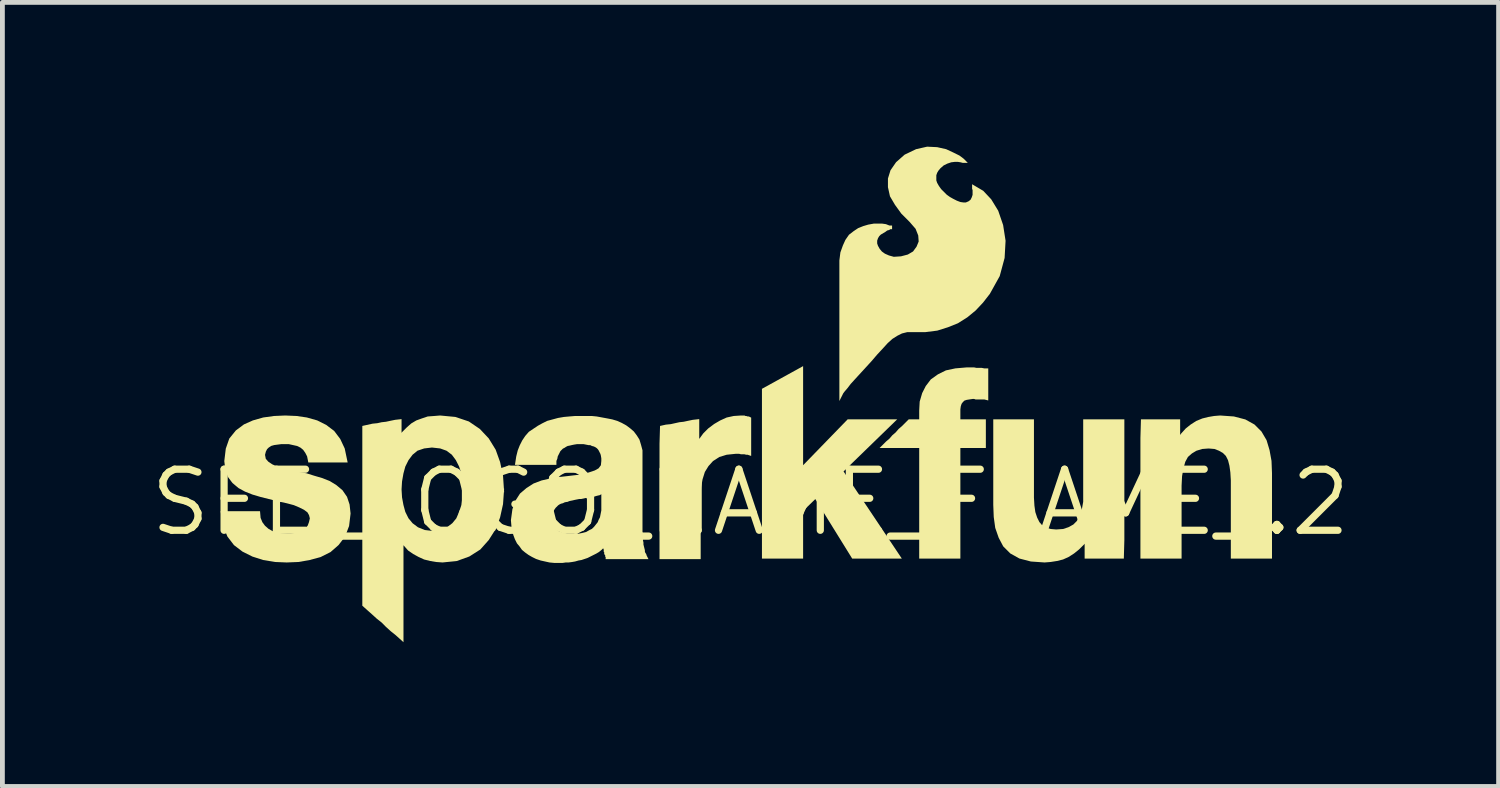
<source format=kicad_pcb>
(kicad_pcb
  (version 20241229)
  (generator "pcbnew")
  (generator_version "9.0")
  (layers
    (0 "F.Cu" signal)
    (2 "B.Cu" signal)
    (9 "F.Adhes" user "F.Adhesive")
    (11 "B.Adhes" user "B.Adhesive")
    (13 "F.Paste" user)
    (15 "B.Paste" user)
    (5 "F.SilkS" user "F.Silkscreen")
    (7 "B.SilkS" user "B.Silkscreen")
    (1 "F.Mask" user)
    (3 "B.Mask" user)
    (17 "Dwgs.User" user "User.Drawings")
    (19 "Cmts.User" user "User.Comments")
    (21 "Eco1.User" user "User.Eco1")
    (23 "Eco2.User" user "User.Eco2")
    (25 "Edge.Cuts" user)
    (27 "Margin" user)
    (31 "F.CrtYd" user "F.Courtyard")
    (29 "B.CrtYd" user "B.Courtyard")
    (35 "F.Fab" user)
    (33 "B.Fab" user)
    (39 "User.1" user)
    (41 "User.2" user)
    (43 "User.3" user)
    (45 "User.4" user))
  (footprint "SFE_LOGO_NAME_FLAME_.2"
    (layer "F.Cu")
    (at 12.556 7.397)
    (property "Reference" "SFE_LOGO_NAME_FLAME_.2" (at 0 0 0) (layer "F.SilkS") (effects (font (size 1.27 1.27) (thickness 0.15))))
    (fp_poly (pts (xy -5.123 -0.286) (xy -5.146 0.037) (xy -5.207 0.312) (xy -5.313 0.593) (xy -6.071 0.231) (xy -6.011 0.053) (xy -5.992 -0.102) (xy -5.98 -0.308)) (stroke (width 0) (type solid)) (fill yes) (layer "F.SilkS"))
    (fp_poly (pts (xy 1.094 -0.773) (xy 2.02 -1.727) (xy 3.05 -1.727) (xy 1.935 -0.644) (xy 3.147 1.169) (xy 2.115 1.169) (xy 1.348 -0.069) (xy 1.094 0.177) (xy 1.094 1.169) (xy 0.238 1.169) (xy 0.238 -2.362) (xy 1.094 -2.834)) (stroke (width 0) (type solid)) (fill yes) (layer "F.SilkS"))
    (fp_poly (pts (xy -3.337 -0.091) (xy -3.429 -0.091) (xy -3.466 -0.082) (xy -3.52 -0.071) (xy -3.56 -0.071) (xy -3.656 -0.052) (xy -3.696 -0.042) (xy -3.746 -0.032) (xy -3.859 -0.004) (xy -4.035 -0.522) (xy -3.808 -0.547) (xy -3.639 -0.567) (xy -3.444 -0.591)) (stroke (width 0) (type solid)) (fill yes) (layer "F.SilkS"))
    (fp_poly (pts (xy -0.105 -1.797) (xy -0.088 -1.797) (xy -0.058 -1.787) (xy -0.035 -1.787) (xy 0.014 -1.763) (xy 0.014 -0.966) (xy -0.06 -0.991) (xy -0.089 -0.991) (xy -0.129 -1.001) (xy -0.199 -1.001) (xy -0.239 -1.011) (xy -0.302 -1.011) (xy -0.496 -0.991) (xy -0.648 -0.944) (xy -0.779 -0.86) (xy -0.873 -0.756) (xy -0.949 -0.633) (xy -0.997 -0.48) (xy -1.026 -0.315) (xy -1.036 -0.138) (xy -1.036 1.179) (xy -1.892 1.179) (xy -1.892 -1.22) (xy -1.881 -1.59) (xy -1.76 -1.617) (xy -1.66 -1.627) (xy -1.48 -1.667) (xy -1.39 -1.677) (xy -1.302 -1.696) (xy -1.2 -1.717) (xy -1.066 -1.732) (xy -1.066 -1.32) (xy -0.983 -1.434) (xy -0.879 -1.538) (xy -0.755 -1.631) (xy -0.632 -1.703) (xy -0.496 -1.765) (xy -0.349 -1.797) (xy -0.195 -1.807) (xy -0.125 -1.807)) (stroke (width 0) (type solid)) (fill yes) (layer "F.SilkS"))
    (fp_poly (pts (xy 5.894 -0.1) (xy 5.904 0.067) (xy 5.923 0.202) (xy 5.961 0.316) (xy 6.008 0.41) (xy 6.062 0.472) (xy 6.142 0.526) (xy 6.243 0.553) (xy 6.356 0.563) (xy 6.499 0.553) (xy 6.611 0.516) (xy 6.713 0.46) (xy 6.785 0.388) (xy 6.841 0.285) (xy 6.889 0.151) (xy 6.918 -0.012) (xy 6.918 -1.727) (xy 7.774 -1.727) (xy 7.774 0.782) (xy 7.763 1.169) (xy 6.948 1.169) (xy 6.948 0.858) (xy 6.935 0.876) (xy 6.831 0.979) (xy 6.728 1.062) (xy 6.614 1.135) (xy 6.499 1.187) (xy 6.374 1.218) (xy 6.24 1.239) (xy 6.116 1.249) (xy 5.83 1.229) (xy 5.592 1.167) (xy 5.403 1.062) (xy 5.255 0.914) (xy 5.161 0.736) (xy 5.089 0.53) (xy 5.058 0.304) (xy 5.048 0.052) (xy 5.048 -1.727) (xy 5.894 -1.727)) (stroke (width 0) (type solid)) (fill yes) (layer "F.SilkS"))
    (fp_poly (pts (xy 10.052 -1.787) (xy 10.29 -1.725) (xy 10.479 -1.62) (xy 10.626 -1.473) (xy 10.731 -1.294) (xy 10.793 -1.088) (xy 10.834 -0.863) (xy 10.844 -0.61) (xy 10.844 1.169) (xy 9.988 1.169) (xy 9.988 -0.458) (xy 9.978 -0.625) (xy 9.959 -0.762) (xy 9.93 -0.876) (xy 9.885 -0.966) (xy 9.823 -1.028) (xy 9.74 -1.075) (xy 9.647 -1.111) (xy 9.526 -1.121) (xy 9.393 -1.111) (xy 9.272 -1.074) (xy 9.179 -1.018) (xy 9.096 -0.945) (xy 9.041 -0.844) (xy 9.003 -0.71) (xy 8.974 -0.545) (xy 8.964 -0.348) (xy 8.964 1.169) (xy 8.108 1.169) (xy 8.108 -1.34) (xy 8.119 -1.727) (xy 8.934 -1.727) (xy 8.934 -1.402) (xy 8.956 -1.433) (xy 9.05 -1.537) (xy 9.154 -1.62) (xy 9.268 -1.693) (xy 9.394 -1.745) (xy 9.518 -1.776) (xy 9.641 -1.797) (xy 9.766 -1.807)) (stroke (width 0) (type solid)) (fill yes) (layer "F.SilkS"))
    (fp_poly (pts (xy 4.7 -2.797) (xy 4.81 -2.797) (xy 4.86 -2.787) (xy 4.944 -2.787) (xy 4.944 -2.12) (xy 4.861 -2.141) (xy 4.68 -2.141) (xy 4.65 -2.151) (xy 4.619 -2.151) (xy 4.552 -2.141) (xy 4.495 -2.132) (xy 4.447 -2.116) (xy 4.415 -2.084) (xy 4.39 -2.051) (xy 4.373 -2) (xy 4.364 -1.936) (xy 4.364 -1.727) (xy 4.894 -1.727) (xy 4.894 -1.131) (xy 4.364 -1.131) (xy 4.364 1.169) (xy 3.508 1.169) (xy 3.508 -1.131) (xy 2.684 -1.131) (xy 2.82 -1.267) (xy 2.889 -1.326) (xy 2.949 -1.396) (xy 3.019 -1.456) (xy 3.079 -1.526) (xy 3.15 -1.587) (xy 3.29 -1.727) (xy 3.508 -1.727) (xy 3.508 -1.91) (xy 3.518 -2.096) (xy 3.57 -2.273) (xy 3.644 -2.419) (xy 3.749 -2.557) (xy 3.896 -2.662) (xy 4.063 -2.745) (xy 4.26 -2.787) (xy 4.494 -2.807) (xy 4.65 -2.807)) (stroke (width 0) (type solid)) (fill yes) (layer "F.SilkS"))
    (fp_poly (pts (xy -6.136 -1.777) (xy -5.857 -1.683) (xy -5.629 -1.528) (xy -5.444 -1.332) (xy -5.299 -1.096) (xy -5.207 -0.839) (xy -5.146 -0.554) (xy -5.123 -0.21) (xy -5.98 -0.232) (xy -5.992 -0.436) (xy -6.011 -0.601) (xy -6.059 -0.744) (xy -6.127 -0.879) (xy -6.211 -0.992) (xy -6.322 -1.075) (xy -6.453 -1.122) (xy -6.624 -1.141) (xy -6.786 -1.122) (xy -6.925 -1.075) (xy -7.026 -0.992) (xy -7.111 -0.879) (xy -7.178 -0.745) (xy -7.217 -0.601) (xy -7.246 -0.435) (xy -7.256 -0.269) (xy -7.246 -0.104) (xy -7.217 0.053) (xy -7.178 0.197) (xy -7.112 0.33) (xy -7.027 0.433) (xy -6.915 0.517) (xy -6.775 0.574) (xy -6.614 0.593) (xy -6.444 0.574) (xy -6.313 0.518) (xy -6.201 0.433) (xy -6.117 0.331) (xy -6.043 0.159) (xy -5.279 0.525) (xy -5.444 0.784) (xy -5.619 0.98) (xy -5.847 1.125) (xy -6.105 1.218) (xy -6.403 1.249) (xy -6.539 1.239) (xy -6.662 1.218) (xy -6.787 1.187) (xy -6.901 1.135) (xy -7.014 1.073) (xy -7.12 1) (xy -7.203 0.906) (xy -7.216 0.89) (xy -7.216 2.907) (xy -7.379 2.76) (xy -7.479 2.68) (xy -7.58 2.589) (xy -7.669 2.499) (xy -7.769 2.42) (xy -7.869 2.329) (xy -7.959 2.249) (xy -8.072 2.148) (xy -8.072 -1.59) (xy -7.86 -1.637) (xy -7.76 -1.647) (xy -7.67 -1.667) (xy -7.58 -1.677) (xy -7.492 -1.696) (xy -7.39 -1.717) (xy -7.256 -1.732) (xy -7.256 -1.446) (xy -7.243 -1.464) (xy -7.15 -1.557) (xy -7.057 -1.64) (xy -6.95 -1.704) (xy -6.837 -1.745) (xy -6.712 -1.787) (xy -6.577 -1.797) (xy -6.454 -1.807)) (stroke (width 0) (type solid)) (fill yes) (layer "F.SilkS"))
    (fp_poly (pts (xy -9.44 -1.797) (xy -9.226 -1.766) (xy -9.01 -1.705) (xy -8.824 -1.612) (xy -8.657 -1.486) (xy -8.531 -1.319) (xy -8.438 -1.121) (xy -8.377 -0.831) (xy -9.195 -0.831) (xy -9.22 -0.957) (xy -9.257 -1.029) (xy -9.302 -1.093) (xy -9.355 -1.137) (xy -9.427 -1.173) (xy -9.598 -1.211) (xy -9.762 -1.211) (xy -9.839 -1.201) (xy -9.906 -1.192) (xy -9.968 -1.174) (xy -10.02 -1.139) (xy -10.053 -1.106) (xy -10.078 -1.056) (xy -10.095 -0.988) (xy -10.079 -0.906) (xy -10.028 -0.848) (xy -9.945 -0.792) (xy -9.84 -0.745) (xy -9.715 -0.706) (xy -9.566 -0.676) (xy -9.406 -0.636) (xy -9.235 -0.606) (xy -9.073 -0.555) (xy -8.902 -0.505) (xy -8.747 -0.443) (xy -8.612 -0.36) (xy -8.486 -0.255) (xy -8.39 -0.116) (xy -8.337 0.043) (xy -8.316 0.231) (xy -8.347 0.49) (xy -8.43 0.71) (xy -8.566 0.887) (xy -8.733 1.033) (xy -8.94 1.137) (xy -9.166 1.198) (xy -9.4 1.239) (xy -9.644 1.249) (xy -9.888 1.239) (xy -10.133 1.198) (xy -10.358 1.126) (xy -10.564 1.023) (xy -10.741 0.888) (xy -10.877 0.71) (xy -10.971 0.481) (xy -11.019 0.183) (xy -10.199 0.183) (xy -10.187 0.322) (xy -10.15 0.412) (xy -10.096 0.485) (xy -10.022 0.55) (xy -9.939 0.596) (xy -9.845 0.624) (xy -9.749 0.643) (xy -9.632 0.653) (xy -9.558 0.653) (xy -9.473 0.634) (xy -9.397 0.615) (xy -9.322 0.577) (xy -9.259 0.541) (xy -9.207 0.481) (xy -9.181 0.41) (xy -9.163 0.332) (xy -9.18 0.265) (xy -9.213 0.207) (xy -9.284 0.154) (xy -9.38 0.106) (xy -9.496 0.057) (xy -9.643 0.018) (xy -9.823 -0.022) (xy -10.184 -0.112) (xy -10.356 -0.163) (xy -10.51 -0.224) (xy -10.645 -0.297) (xy -10.772 -0.403) (xy -10.868 -0.531) (xy -10.921 -0.68) (xy -10.942 -0.859) (xy -10.911 -1.118) (xy -10.838 -1.328) (xy -10.701 -1.497) (xy -10.533 -1.622) (xy -10.347 -1.705) (xy -10.132 -1.766) (xy -9.907 -1.797) (xy -9.674 -1.807)) (stroke (width 0) (type solid)) (fill yes) (layer "F.SilkS"))
    (fp_poly (pts (xy 3.881 -7.387) (xy 4.068 -7.345) (xy 4.223 -7.273) (xy 4.346 -7.212) (xy 4.431 -7.148) (xy 4.518 -7.061) (xy 4.411 -7.061) (xy 4.368 -7.072) (xy 4.313 -7.081) (xy 4.248 -7.081) (xy 4.174 -7.072) (xy 4.091 -7.044) (xy 4.017 -7.007) (xy 3.953 -6.952) (xy 3.907 -6.897) (xy 3.881 -6.853) (xy 3.864 -6.803) (xy 3.864 -6.695) (xy 3.881 -6.645) (xy 3.918 -6.58) (xy 3.965 -6.514) (xy 4.081 -6.398) (xy 4.147 -6.351) (xy 4.214 -6.313) (xy 4.291 -6.274) (xy 4.365 -6.246) (xy 4.429 -6.237) (xy 4.478 -6.237) (xy 4.536 -6.262) (xy 4.576 -6.294) (xy 4.601 -6.344) (xy 4.618 -6.395) (xy 4.618 -6.493) (xy 4.608 -6.523) (xy 4.608 -6.616) (xy 4.84 -6.479) (xy 5.006 -6.302) (xy 5.151 -6.065) (xy 5.253 -5.768) (xy 5.304 -5.441) (xy 5.284 -5.083) (xy 5.182 -4.705) (xy 4.978 -4.338) (xy 4.835 -4.154) (xy 4.682 -3.991) (xy 4.508 -3.848) (xy 4.313 -3.725) (xy 4.109 -3.643) (xy 3.884 -3.572) (xy 3.638 -3.541) (xy 3.261 -3.541) (xy 3.149 -3.513) (xy 3.055 -3.466) (xy 2.949 -3.399) (xy 2.853 -3.312) (xy 2.754 -3.203) (xy 2.634 -3.074) (xy 2.514 -2.934) (xy 2.394 -2.803) (xy 2.174 -2.563) (xy 2.085 -2.465) (xy 2.016 -2.375) (xy 1.956 -2.305) (xy 1.929 -2.269) (xy 1.848 -2.108) (xy 1.848 -5.031) (xy 1.869 -5.198) (xy 1.921 -5.343) (xy 1.973 -5.458) (xy 2.048 -5.566) (xy 2.144 -5.64) (xy 2.238 -5.703) (xy 2.343 -5.745) (xy 2.447 -5.776) (xy 2.563 -5.797) (xy 2.739 -5.797) (xy 2.816 -5.786) (xy 2.869 -5.765) (xy 2.892 -5.757) (xy 2.944 -5.757) (xy 2.944 -5.681) (xy 2.908 -5.681) (xy 2.882 -5.664) (xy 2.843 -5.654) (xy 2.807 -5.627) (xy 2.71 -5.569) (xy 2.676 -5.535) (xy 2.651 -5.493) (xy 2.634 -5.443) (xy 2.634 -5.385) (xy 2.651 -5.335) (xy 2.687 -5.271) (xy 2.732 -5.217) (xy 2.795 -5.172) (xy 2.879 -5.135) (xy 2.98 -5.107) (xy 3.13 -5.117) (xy 3.271 -5.154) (xy 3.38 -5.218) (xy 3.453 -5.318) (xy 3.497 -5.425) (xy 3.488 -5.55) (xy 3.433 -5.689) (xy 3.308 -5.833) (xy 3.137 -6.004) (xy 3.004 -6.188) (xy 2.9 -6.365) (xy 2.858 -6.555) (xy 2.858 -6.735) (xy 2.911 -6.906) (xy 3.027 -7.074) (xy 3.205 -7.231) (xy 3.443 -7.345) (xy 3.673 -7.397)) (stroke (width 0) (type solid)) (fill yes) (layer "F.SilkS"))
    (fp_poly (pts (xy -3.199 -1.787) (xy -2.977 -1.746) (xy -2.875 -1.726) (xy -2.771 -1.695) (xy -2.677 -1.653) (xy -2.583 -1.601) (xy -2.5 -1.539) (xy -2.426 -1.475) (xy -2.363 -1.391) (xy -2.309 -1.305) (xy -2.277 -1.199) (xy -2.246 -1.084) (xy -2.246 0.607) (xy -2.236 0.657) (xy -2.236 0.787) (xy -2.226 0.837) (xy -2.226 0.876) (xy -2.196 0.996) (xy -2.196 1.025) (xy -2.189 1.044) (xy -2.169 1.074) (xy -2.159 1.106) (xy -2.122 1.179) (xy -3.012 1.179) (xy -3.012 1.137) (xy -3.022 1.127) (xy -3.022 1.1) (xy -3.025 1.094) (xy -3.042 1.077) (xy -3.042 1.037) (xy -3.052 1.027) (xy -3.052 0.98) (xy -3.062 0.96) (xy -3.062 0.953) (xy -3.099 0.989) (xy -3.152 1.032) (xy -3.206 1.064) (xy -3.389 1.156) (xy -3.515 1.198) (xy -3.576 1.208) (xy -3.646 1.228) (xy -3.708 1.239) (xy -3.781 1.249) (xy -3.841 1.249) (xy -3.911 1.259) (xy -4.076 1.259) (xy -4.18 1.249) (xy -4.364 1.208) (xy -4.459 1.176) (xy -4.542 1.135) (xy -4.615 1.093) (xy -4.687 1.041) (xy -4.752 0.987) (xy -4.804 0.914) (xy -4.856 0.852) (xy -4.899 0.766) (xy -4.93 0.683) (xy -4.961 0.579) (xy -4.972 0.485) (xy -4.982 0.37) (xy -4.951 0.142) (xy -4.888 -0.036) (xy -4.793 -0.184) (xy -4.657 -0.3) (xy -4.511 -0.393) (xy -4.345 -0.456) (xy -4.172 -0.496) (xy -3.958 -0.532) (xy -3.785 -0.022) (xy -3.861 -0.003) (xy -3.901 0.017) (xy -3.941 0.027) (xy -3.975 0.044) (xy -4 0.061) (xy -4.054 0.115) (xy -4.091 0.17) (xy -4.108 0.204) (xy -4.117 0.239) (xy -4.126 0.285) (xy -4.126 0.377) (xy -4.117 0.423) (xy -4.108 0.458) (xy -4.091 0.492) (xy -4.054 0.547) (xy -4.03 0.571) (xy -4.005 0.588) (xy -3.969 0.606) (xy -3.939 0.616) (xy -3.901 0.635) (xy -3.866 0.644) (xy -3.82 0.653) (xy -3.588 0.653) (xy -3.492 0.634) (xy -3.418 0.615) (xy -3.352 0.577) (xy -3.297 0.55) (xy -3.252 0.506) (xy -3.177 0.412) (xy -3.159 0.365) (xy -3.13 0.309) (xy -3.102 0.167) (xy -3.102 -0.171) (xy -3.128 -0.154) (xy -3.213 -0.132) (xy -3.244 -0.122) (xy -3.296 -0.112) (xy -3.413 -0.082) (xy -3.519 -0.575) (xy -3.356 -0.625) (xy -3.239 -0.664) (xy -3.16 -0.708) (xy -3.111 -0.773) (xy -3.102 -0.861) (xy -3.102 -0.916) (xy -3.111 -0.971) (xy -3.12 -1.006) (xy -3.157 -1.08) (xy -3.174 -1.105) (xy -3.198 -1.129) (xy -3.223 -1.146) (xy -3.257 -1.163) (xy -3.297 -1.173) (xy -3.333 -1.191) (xy -3.368 -1.191) (xy -3.468 -1.211) (xy -3.611 -1.211) (xy -3.667 -1.202) (xy -3.716 -1.192) (xy -3.756 -1.182) (xy -3.802 -1.173) (xy -3.835 -1.156) (xy -3.865 -1.136) (xy -3.901 -1.118) (xy -3.953 -1.066) (xy -4.008 -0.957) (xy -4.017 -0.908) (xy -4.036 -0.862) (xy -4.036 -0.781) (xy -4.898 -0.781) (xy -4.871 -0.957) (xy -4.84 -1.081) (xy -4.799 -1.185) (xy -4.747 -1.288) (xy -4.684 -1.382) (xy -4.609 -1.468) (xy -4.424 -1.592) (xy -4.332 -1.643) (xy -4.228 -1.695) (xy -4.002 -1.756) (xy -3.879 -1.777) (xy -3.767 -1.787) (xy -3.646 -1.797) (xy -3.302 -1.797)) (stroke (width 0) (type solid)) (fill yes) (layer "F.SilkS")))
  (gr_rect
    (start -3 -3)
    (end 28.112 13.304)
    (stroke (width 0.1) (type default))
    (fill no)
    (layer "Edge.Cuts")))
</source>
